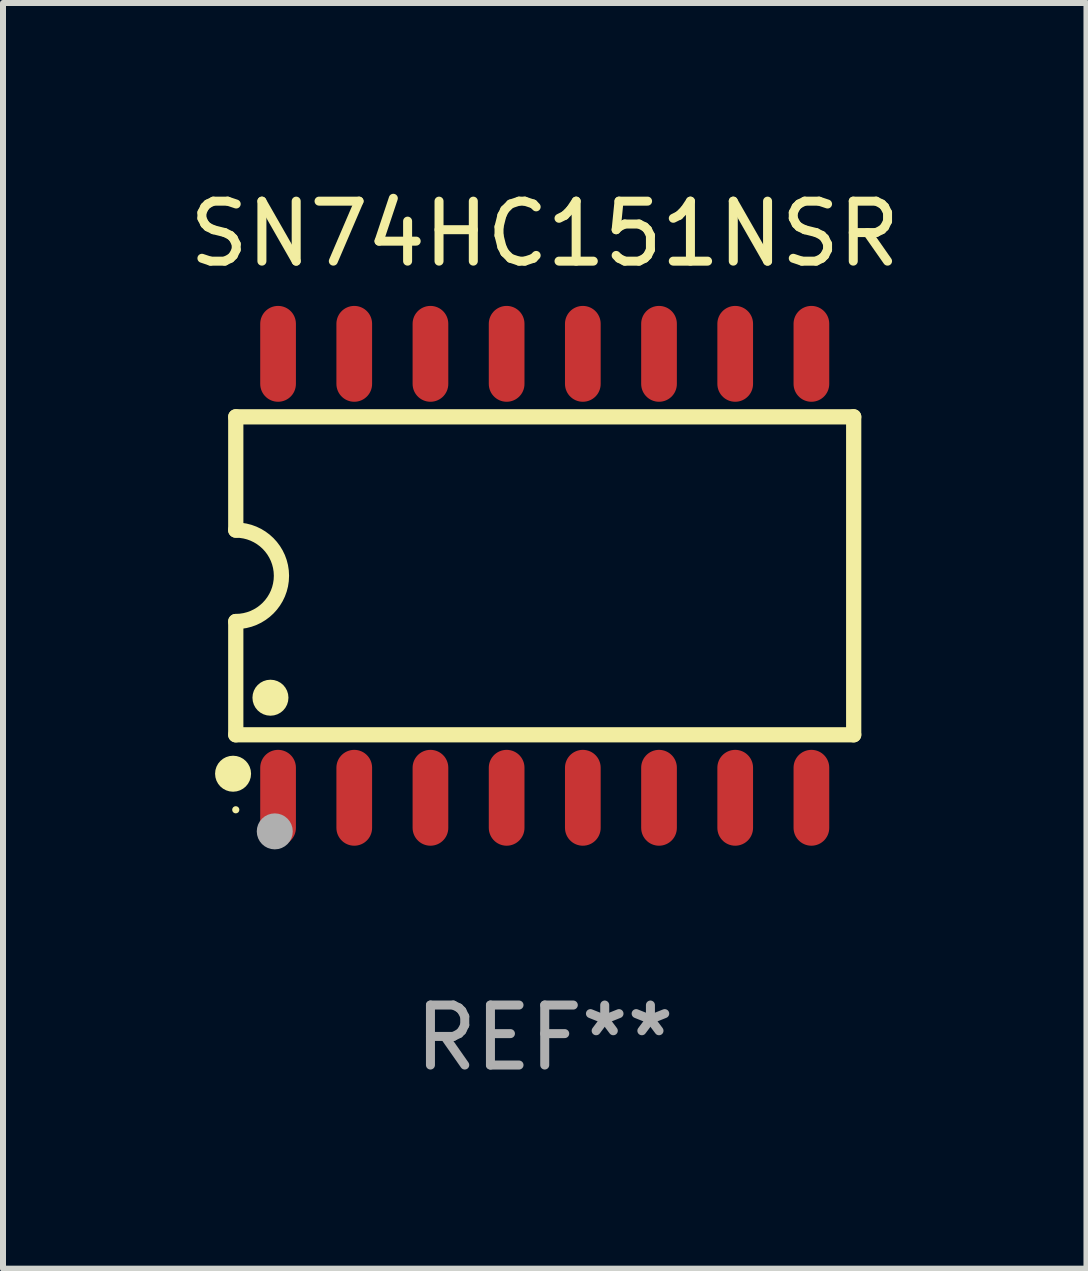
<source format=kicad_pcb>
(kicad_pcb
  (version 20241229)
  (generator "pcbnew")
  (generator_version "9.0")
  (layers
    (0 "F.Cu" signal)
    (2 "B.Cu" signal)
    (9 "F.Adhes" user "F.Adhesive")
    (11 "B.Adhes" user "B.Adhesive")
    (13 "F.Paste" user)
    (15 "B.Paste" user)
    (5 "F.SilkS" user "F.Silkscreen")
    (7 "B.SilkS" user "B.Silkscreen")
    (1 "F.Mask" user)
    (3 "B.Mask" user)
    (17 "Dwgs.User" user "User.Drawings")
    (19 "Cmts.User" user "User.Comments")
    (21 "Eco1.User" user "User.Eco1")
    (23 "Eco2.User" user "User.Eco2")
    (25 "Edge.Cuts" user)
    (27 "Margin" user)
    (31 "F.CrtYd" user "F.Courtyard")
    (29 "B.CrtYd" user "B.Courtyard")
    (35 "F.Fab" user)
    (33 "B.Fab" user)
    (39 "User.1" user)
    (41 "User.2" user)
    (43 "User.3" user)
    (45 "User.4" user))
  (footprint "SN74HC151NSR"
    (layer "F.Cu")
    (at 6.03 6.548)
    (property "Reference" "SN74HC151NSR" (at 0 -5.7 0) (layer "F.SilkS") (effects (font (size 1 1) (thickness 0.15))))
    (attr through_hole)
    (fp_line (start -5.15 -2.65) (end -5.15 -0.762) (stroke (width 0.254) (type solid)) (layer "F.SilkS"))
    (fp_line (start -5.15 -2.65) (end 5.15 -2.65) (stroke (width 0.254) (type solid)) (layer "F.SilkS"))
    (fp_line (start -5.15 2.65) (end -5.15 0.762) (stroke (width 0.254) (type solid)) (layer "F.SilkS"))
    (fp_line (start 5.15 -2.65) (end 5.15 2.65) (stroke (width 0.254) (type solid)) (layer "F.SilkS"))
    (fp_line (start 5.15 2.65) (end -5.15 2.65) (stroke (width 0.254) (type solid)) (layer "F.SilkS"))
    (fp_arc (start -5.151131 -0.762003) (mid -4.389128 -0.000559) (end -5.150013 0.762002) (stroke (width 0.254001) (type solid)) (layer "F.SilkS"))
    (fp_circle (center -5.195 3.299) (end -5.045 3.299) (stroke (width 0.3) (type solid)) (fill no) (layer "F.SilkS"))
    (fp_circle (center -5.15 3.9) (end -5.12 3.9) (stroke (width 0.06) (type solid)) (fill no) (layer "F.SilkS"))
    (fp_circle (center -4.572 2.032) (end -4.422 2.032) (stroke (width 0.3) (type solid)) (fill no) (layer "F.SilkS"))
    (fp_circle (center -4.5 4.26) (end -4.35 4.26) (stroke (width 0.3) (type solid)) (fill no) (layer "F.Fab"))
    (fp_text user "REF**" (at 0 7.7 0) (layer "F.Fab") (effects (font (size 1 1) (thickness 0.15))))
    (pad "1" smd oval (at -4.445 3.7) (size 0.595 1.598) (layers "F.Cu" "F.Mask" "F.Paste"))
    (pad "2" smd oval (at -3.175 3.7) (size 0.595 1.598) (layers "F.Cu" "F.Mask" "F.Paste"))
    (pad "3" smd oval (at -1.905 3.7) (size 0.595 1.598) (layers "F.Cu" "F.Mask" "F.Paste"))
    (pad "4" smd oval (at -0.635 3.7) (size 0.595 1.598) (layers "F.Cu" "F.Mask" "F.Paste"))
    (pad "5" smd oval (at 0.635 3.7) (size 0.595 1.598) (layers "F.Cu" "F.Mask" "F.Paste"))
    (pad "6" smd oval (at 1.905 3.7) (size 0.595 1.598) (layers "F.Cu" "F.Mask" "F.Paste"))
    (pad "7" smd oval (at 3.175 3.7) (size 0.595 1.598) (layers "F.Cu" "F.Mask" "F.Paste"))
    (pad "8" smd oval (at 4.445 3.7) (size 0.595 1.598) (layers "F.Cu" "F.Mask" "F.Paste"))
    (pad "9" smd oval (at 4.445 -3.7) (size 0.595 1.598) (layers "F.Cu" "F.Mask" "F.Paste"))
    (pad "10" smd oval (at 3.175 -3.7) (size 0.595 1.598) (layers "F.Cu" "F.Mask" "F.Paste"))
    (pad "11" smd oval (at 1.905 -3.7) (size 0.595 1.598) (layers "F.Cu" "F.Mask" "F.Paste"))
    (pad "12" smd oval (at 0.635 -3.7) (size 0.595 1.598) (layers "F.Cu" "F.Mask" "F.Paste"))
    (pad "13" smd oval (at -0.635 -3.7) (size 0.595 1.598) (layers "F.Cu" "F.Mask" "F.Paste"))
    (pad "14" smd oval (at -1.905 -3.7) (size 0.595 1.598) (layers "F.Cu" "F.Mask" "F.Paste"))
    (pad "15" smd oval (at -3.175 -3.7) (size 0.595 1.598) (layers "F.Cu" "F.Mask" "F.Paste"))
    (pad "16" smd oval (at -4.445 -3.7) (size 0.595 1.598) (layers "F.Cu" "F.Mask" "F.Paste")))
  (gr_rect
    (start -3 -3)
    (end 15.06 18.097)
    (stroke (width 0.1) (type default))
    (fill no)
    (layer "Edge.Cuts")))
</source>
